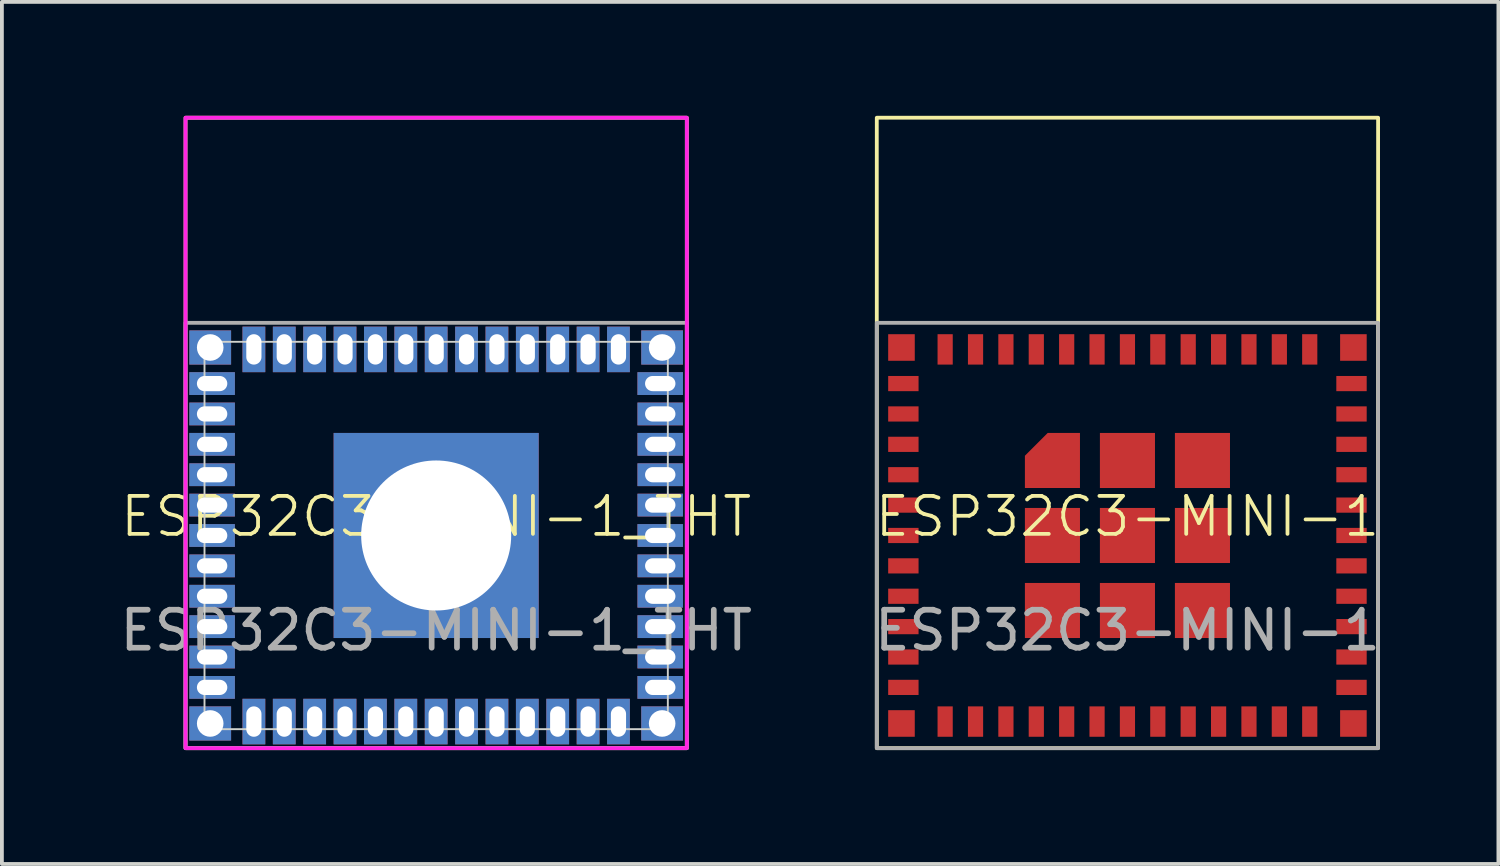
<source format=kicad_pcb>
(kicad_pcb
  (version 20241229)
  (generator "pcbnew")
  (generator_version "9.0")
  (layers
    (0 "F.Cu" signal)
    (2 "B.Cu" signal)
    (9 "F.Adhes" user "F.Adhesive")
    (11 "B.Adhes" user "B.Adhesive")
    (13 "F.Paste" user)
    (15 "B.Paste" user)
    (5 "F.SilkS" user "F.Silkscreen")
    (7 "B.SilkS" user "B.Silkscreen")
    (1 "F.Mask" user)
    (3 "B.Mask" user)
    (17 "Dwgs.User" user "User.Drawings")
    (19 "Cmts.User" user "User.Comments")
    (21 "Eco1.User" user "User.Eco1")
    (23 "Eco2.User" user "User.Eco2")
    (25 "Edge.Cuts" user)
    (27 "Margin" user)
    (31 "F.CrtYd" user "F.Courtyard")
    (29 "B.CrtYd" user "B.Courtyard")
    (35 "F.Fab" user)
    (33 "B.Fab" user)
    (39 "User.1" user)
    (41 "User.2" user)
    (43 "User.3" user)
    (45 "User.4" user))
  (footprint "ESP32C3-MINI-1_THT"
    (layer "F.Cu")
    (at 8.435 11.05)
    (property "Reference" "ESP32C3-MINI-1_THT" (at 0 -0.5 0) (unlocked yes) (layer "F.SilkS") (effects (font (size 1 1) (thickness 0.1))))
    (attr through_hole)
    (fp_rect (start -6.6 -11) (end 6.6 5.6) (stroke (width 0.1) (type default)) (fill no) (layer "F.SilkS"))
    (fp_line (start -6.1 -5.1) (end -6.1 5.1) (stroke (width 0.05) (type default)) (layer "Edge.Cuts"))
    (fp_line (start -6.1 5.1) (end 6.1 5.1) (stroke (width 0.05) (type default)) (layer "Edge.Cuts"))
    (fp_line (start 6.1 -5.1) (end -6.1 -5.1) (stroke (width 0.05) (type default)) (layer "Edge.Cuts"))
    (fp_line (start 6.1 5.1) (end 6.1 -5.1) (stroke (width 0.05) (type default)) (layer "Edge.Cuts"))
    (fp_rect (start -6.6 -11) (end 6.6 5.6) (stroke (width 0.1) (type default)) (fill no) (layer "F.CrtYd"))
    (fp_rect (start -6.6 -5.6) (end 6.6 5.6) (stroke (width 0.1) (type default)) (fill no) (layer "F.Fab"))
    (fp_text user "${REFERENCE}" (at 0 2.5 0) (unlocked yes) (layer "F.Fab") (effects (font (size 1 1) (thickness 0.15))))
    (pad "" thru_hole rect (at -5.9 -1.6 90) (size 0.6 1.2) (drill oval 0.4 0.8) (layers "*.Cu" "*.Mask"))
    (pad "" thru_hole rect (at -5.9 0.8 90) (size 0.6 1.2) (drill oval 0.4 0.8) (layers "*.Cu" "*.Mask"))
    (pad "" thru_hole rect (at -5.9 2.4 90) (size 0.6 1.2) (drill oval 0.4 0.8) (layers "*.Cu" "*.Mask"))
    (pad "" thru_hole rect (at -5.9 3.2 90) (size 0.6 1.2) (drill oval 0.4 0.8) (layers "*.Cu" "*.Mask"))
    (pad "" thru_hole rect (at -2.4 4.9) (size 0.6 1.2) (drill oval 0.4 0.8) (layers "*.Cu" "*.Mask"))
    (pad "" thru_hole rect (at -0.8 4.9) (size 0.6 1.2) (drill oval 0.4 0.8) (layers "*.Cu" "*.Mask"))
    (pad "" thru_hole rect (at 4.8 4.9) (size 0.6 1.2) (drill oval 0.4 0.8) (layers "*.Cu" "*.Mask"))
    (pad "" thru_hole rect (at 5.9 -4 270) (size 0.6 1.2) (drill oval 0.4 0.8) (layers "*.Cu" "*.Mask"))
    (pad "" thru_hole rect (at 5.9 -3.2 270) (size 0.6 1.2) (drill oval 0.4 0.8) (layers "*.Cu" "*.Mask"))
    (pad "" thru_hole rect (at 5.9 -2.4 270) (size 0.6 1.2) (drill oval 0.4 0.8) (layers "*.Cu" "*.Mask"))
    (pad "" thru_hole rect (at 5.9 -1.6 270) (size 0.6 1.2) (drill oval 0.4 0.8) (layers "*.Cu" "*.Mask"))
    (pad "" thru_hole rect (at 5.9 0.8 270) (size 0.6 1.2) (drill oval 0.4 0.8) (layers "*.Cu" "*.Mask"))
    (pad "" thru_hole rect (at 5.9 1.6 270) (size 0.6 1.2) (drill oval 0.4 0.8) (layers "*.Cu" "*.Mask"))
    (pad "" thru_hole rect (at 5.9 4 270) (size 0.6 1.2) (drill oval 0.4 0.8) (layers "*.Cu" "*.Mask"))
    (pad "0" thru_hole rect (at -4.8 4.9) (size 0.6 1.2) (drill oval 0.4 0.8) (layers "*.Cu" "*.Mask"))
    (pad "1" thru_hole rect (at -4 4.9) (size 0.6 1.2) (drill oval 0.4 0.8) (layers "*.Cu" "*.Mask"))
    (pad "2" thru_hole rect (at -5.9 -0.8 90) (size 0.6 1.2) (drill oval 0.4 0.8) (layers "*.Cu" "*.Mask"))
    (pad "3" thru_hole rect (at -5.9 0 90) (size 0.6 1.2) (drill oval 0.4 0.8) (layers "*.Cu" "*.Mask"))
    (pad "4" thru_hole rect (at 0 4.9) (size 0.6 1.2) (drill oval 0.4 0.8) (layers "*.Cu" "*.Mask"))
    (pad "5" thru_hole rect (at 0.8 4.9) (size 0.6 1.2) (drill oval 0.4 0.8) (layers "*.Cu" "*.Mask"))
    (pad "6" thru_hole rect (at 1.6 4.9) (size 0.6 1.2) (drill oval 0.4 0.8) (layers "*.Cu" "*.Mask"))
    (pad "7" thru_hole rect (at 2.4 4.9) (size 0.6 1.2) (drill oval 0.4 0.8) (layers "*.Cu" "*.Mask"))
    (pad "8" thru_hole rect (at 3.2 4.9) (size 0.6 1.2) (drill oval 0.4 0.8) (layers "*.Cu" "*.Mask"))
    (pad "9" thru_hole rect (at 4 4.9) (size 0.6 1.2) (drill oval 0.4 0.8) (layers "*.Cu" "*.Mask"))
    (pad "10" thru_hole rect (at -1.6 4.9) (size 0.6 1.2) (drill oval 0.4 0.8) (layers "*.Cu" "*.Mask"))
    (pad "18" thru_hole rect (at 5.9 3.2 270) (size 0.6 1.2) (drill oval 0.4 0.8) (layers "*.Cu" "*.Mask"))
    (pad "19" thru_hole rect (at 5.9 2.4 270) (size 0.6 1.2) (drill oval 0.4 0.8) (layers "*.Cu" "*.Mask"))
    (pad "20" thru_hole rect (at 5.9 0 270) (size 0.6 1.2) (drill oval 0.4 0.8) (layers "*.Cu" "*.Mask"))
    (pad "21" thru_hole rect (at 5.9 -0.8 270) (size 0.6 1.2) (drill oval 0.4 0.8) (layers "*.Cu" "*.Mask"))
    (pad "EN" thru_hole rect (at -5.9 1.6 90) (size 0.6 1.2) (drill oval 0.4 0.8) (layers "*.Cu" "*.Mask"))
    (pad "G" thru_hole rect (at -5.95 -4.95 180) (size 1.1 0.9) (drill 0.7) (layers "*.Cu" "*.Mask"))
    (pad "G" thru_hole rect (at -5.95 4.95) (size 1.1 0.9) (drill 0.7) (layers "*.Cu" "*.Mask"))
    (pad "G" thru_hole rect (at -5.9 -4 90) (size 0.6 1.2) (drill oval 0.4 0.8) (layers "*.Cu" "*.Mask"))
    (pad "G" thru_hole rect (at -5.9 -3.2 90) (size 0.6 1.2) (drill oval 0.4 0.8) (layers "*.Cu" "*.Mask"))
    (pad "G" thru_hole rect (at -5.9 4 90) (size 0.6 1.2) (drill oval 0.4 0.8) (layers "*.Cu" "*.Mask"))
    (pad "G" thru_hole rect (at -4.8 -4.9 180) (size 0.6 1.2) (drill oval 0.4 0.8) (layers "*.Cu" "*.Mask"))
    (pad "G" thru_hole rect (at -4 -4.9 180) (size 0.6 1.2) (drill oval 0.4 0.8) (layers "*.Cu" "*.Mask"))
    (pad "G" thru_hole rect (at -3.2 -4.9 180) (size 0.6 1.2) (drill oval 0.4 0.8) (layers "*.Cu" "*.Mask"))
    (pad "G" thru_hole rect (at -3.2 4.9) (size 0.6 1.2) (drill oval 0.4 0.8) (layers "*.Cu" "*.Mask"))
    (pad "G" thru_hole rect (at -2.4 -4.9 180) (size 0.6 1.2) (drill oval 0.4 0.8) (layers "*.Cu" "*.Mask"))
    (pad "G" thru_hole rect (at -1.6 -4.9 180) (size 0.6 1.2) (drill oval 0.4 0.8) (layers "*.Cu" "*.Mask"))
    (pad "G" thru_hole rect (at -0.8 -4.9 180) (size 0.6 1.2) (drill oval 0.4 0.8) (layers "*.Cu" "*.Mask"))
    (pad "G" thru_hole rect (at 0 -4.9 180) (size 0.6 1.2) (drill oval 0.4 0.8) (layers "*.Cu" "*.Mask"))
    (pad "G" thru_hole rect (at 0 0) (size 5.4 5.4) (drill 3.95) (layers "*.Cu" "*.Mask"))
    (pad "G" thru_hole rect (at 0.8 -4.9 180) (size 0.6 1.2) (drill oval 0.4 0.8) (layers "*.Cu" "*.Mask"))
    (pad "G" thru_hole rect (at 1.6 -4.9 180) (size 0.6 1.2) (drill oval 0.4 0.8) (layers "*.Cu" "*.Mask"))
    (pad "G" thru_hole rect (at 2.4 -4.9 180) (size 0.6 1.2) (drill oval 0.4 0.8) (layers "*.Cu" "*.Mask"))
    (pad "G" thru_hole rect (at 3.2 -4.9 180) (size 0.6 1.2) (drill oval 0.4 0.8) (layers "*.Cu" "*.Mask"))
    (pad "G" thru_hole rect (at 4 -4.9 180) (size 0.6 1.2) (drill oval 0.4 0.8) (layers "*.Cu" "*.Mask"))
    (pad "G" thru_hole rect (at 4.8 -4.9 180) (size 0.6 1.2) (drill oval 0.4 0.8) (layers "*.Cu" "*.Mask"))
    (pad "G" thru_hole rect (at 5.95 -4.95 180) (size 1.1 0.9) (drill 0.7) (layers "*.Cu" "*.Mask"))
    (pad "G" thru_hole rect (at 5.95 4.95) (size 1.1 0.9) (drill 0.7) (layers "*.Cu" "*.Mask"))
    (pad "V" thru_hole rect (at -5.9 -2.4 90) (size 0.6 1.2) (drill oval 0.4 0.8) (layers "*.Cu" "*.Mask")))
  (footprint "ESP32C3-MINI-1"
    (layer "F.Cu")
    (at 26.637 11.05)
    (property "Reference" "ESP32C3-MINI-1" (at 0 -0.5 0) (unlocked yes) (layer "F.SilkS") (effects (font (size 1 1) (thickness 0.1))))
    (attr smd)
    (fp_rect (start -6.6 -11) (end 6.6 5.6) (stroke (width 0.1) (type default)) (fill no) (layer "F.SilkS"))
    (fp_rect (start -6.6 -5.6) (end 6.6 5.6) (stroke (width 0.1) (type default)) (fill no) (layer "F.Fab"))
    (fp_text user "${REFERENCE}" (at 0 2.5 0) (unlocked yes) (layer "F.Fab") (effects (font (size 1 1) (thickness 0.15))))
    (pad "" smd rect (at -5.9 -1.6 90) (size 0.4 0.8) (layers "F.Cu" "F.Mask" "F.Paste"))
    (pad "" smd rect (at -5.9 0.8 90) (size 0.4 0.8) (layers "F.Cu" "F.Mask" "F.Paste"))
    (pad "" smd rect (at -5.9 2.4 90) (size 0.4 0.8) (layers "F.Cu" "F.Mask" "F.Paste"))
    (pad "" smd rect (at -5.9 3.2 90) (size 0.4 0.8) (layers "F.Cu" "F.Mask" "F.Paste"))
    (pad "" smd rect (at -2.4 4.9) (size 0.4 0.8) (layers "F.Cu" "F.Mask" "F.Paste"))
    (pad "" smd rect (at -0.8 4.9) (size 0.4 0.8) (layers "F.Cu" "F.Mask" "F.Paste"))
    (pad "" smd rect (at 4.8 4.9) (size 0.4 0.8) (layers "F.Cu" "F.Mask" "F.Paste"))
    (pad "" smd rect (at 5.9 -4 270) (size 0.4 0.8) (layers "F.Cu" "F.Mask" "F.Paste"))
    (pad "" smd rect (at 5.9 -3.2 270) (size 0.4 0.8) (layers "F.Cu" "F.Mask" "F.Paste"))
    (pad "" smd rect (at 5.9 -2.4 270) (size 0.4 0.8) (layers "F.Cu" "F.Mask" "F.Paste"))
    (pad "" smd rect (at 5.9 -1.6 270) (size 0.4 0.8) (layers "F.Cu" "F.Mask" "F.Paste"))
    (pad "" smd rect (at 5.9 0.8 270) (size 0.4 0.8) (layers "F.Cu" "F.Mask" "F.Paste"))
    (pad "" smd rect (at 5.9 1.6 270) (size 0.4 0.8) (layers "F.Cu" "F.Mask" "F.Paste"))
    (pad "" smd rect (at 5.9 4 270) (size 0.4 0.8) (layers "F.Cu" "F.Mask" "F.Paste"))
    (pad "0" smd rect (at -4.8 4.9) (size 0.4 0.8) (layers "F.Cu" "F.Mask" "F.Paste"))
    (pad "1" smd rect (at -4 4.9) (size 0.4 0.8) (layers "F.Cu" "F.Mask" "F.Paste"))
    (pad "2" smd rect (at -5.9 -0.8 90) (size 0.4 0.8) (layers "F.Cu" "F.Mask" "F.Paste"))
    (pad "3" smd rect (at -5.9 0 90) (size 0.4 0.8) (layers "F.Cu" "F.Mask" "F.Paste"))
    (pad "4" smd rect (at 0 4.9) (size 0.4 0.8) (layers "F.Cu" "F.Mask" "F.Paste"))
    (pad "5" smd rect (at 0.8 4.9) (size 0.4 0.8) (layers "F.Cu" "F.Mask" "F.Paste"))
    (pad "6" smd rect (at 1.6 4.9) (size 0.4 0.8) (layers "F.Cu" "F.Mask" "F.Paste"))
    (pad "7" smd rect (at 2.4 4.9) (size 0.4 0.8) (layers "F.Cu" "F.Mask" "F.Paste"))
    (pad "8" smd rect (at 3.2 4.9) (size 0.4 0.8) (layers "F.Cu" "F.Mask" "F.Paste"))
    (pad "9" smd rect (at 4 4.9) (size 0.4 0.8) (layers "F.Cu" "F.Mask" "F.Paste"))
    (pad "10" smd rect (at -1.6 4.9) (size 0.4 0.8) (layers "F.Cu" "F.Mask" "F.Paste"))
    (pad "18" smd rect (at 5.9 3.2 270) (size 0.4 0.8) (layers "F.Cu" "F.Mask" "F.Paste"))
    (pad "19" smd rect (at 5.9 2.4 270) (size 0.4 0.8) (layers "F.Cu" "F.Mask" "F.Paste"))
    (pad "20" smd rect (at 5.9 0 270) (size 0.4 0.8) (layers "F.Cu" "F.Mask" "F.Paste"))
    (pad "21" smd rect (at 5.9 -0.8 270) (size 0.4 0.8) (layers "F.Cu" "F.Mask" "F.Paste"))
    (pad "EN" smd rect (at -5.9 1.6 90) (size 0.4 0.8) (layers "F.Cu" "F.Mask" "F.Paste"))
    (pad "G" smd rect (at -5.95 -4.95 180) (size 0.7 0.7) (layers "F.Cu" "F.Mask" "F.Paste"))
    (pad "G" smd rect (at -5.95 4.95) (size 0.7 0.7) (layers "F.Cu" "F.Mask" "F.Paste"))
    (pad "G" smd rect (at -5.9 -4 90) (size 0.4 0.8) (layers "F.Cu" "F.Mask" "F.Paste"))
    (pad "G" smd rect (at -5.9 -3.2 90) (size 0.4 0.8) (layers "F.Cu" "F.Mask" "F.Paste"))
    (pad "G" smd rect (at -5.9 4 90) (size 0.4 0.8) (layers "F.Cu" "F.Mask" "F.Paste"))
    (pad "G" smd rect (at -4.8 -4.9 180) (size 0.4 0.8) (layers "F.Cu" "F.Mask" "F.Paste"))
    (pad "G" smd rect (at -4 -4.9 180) (size 0.4 0.8) (layers "F.Cu" "F.Mask" "F.Paste"))
    (pad "G" smd rect (at -3.2 -4.9 180) (size 0.4 0.8) (layers "F.Cu" "F.Mask" "F.Paste"))
    (pad "G" smd rect (at -3.2 4.9) (size 0.4 0.8) (layers "F.Cu" "F.Mask" "F.Paste"))
    (pad "G" smd rect (at -2.4 -4.9 180) (size 0.4 0.8) (layers "F.Cu" "F.Mask" "F.Paste"))
    (pad "G" smd roundrect (at -1.975 -1.975) (size 1.45 1.45) (layers "F.Cu" "F.Mask" "F.Paste") (roundrect_rratio 0) (chamfer_ratio 0.414) (chamfer top_left))
    (pad "G" smd rect (at -1.975 0) (size 1.45 1.45) (layers "F.Cu" "F.Mask" "F.Paste"))
    (pad "G" smd rect (at -1.975 1.975) (size 1.45 1.45) (layers "F.Cu" "F.Mask" "F.Paste"))
    (pad "G" smd rect (at -1.6 -4.9 180) (size 0.4 0.8) (layers "F.Cu" "F.Mask" "F.Paste"))
    (pad "G" smd rect (at -0.8 -4.9 180) (size 0.4 0.8) (layers "F.Cu" "F.Mask" "F.Paste"))
    (pad "G" smd rect (at 0 -4.9 180) (size 0.4 0.8) (layers "F.Cu" "F.Mask" "F.Paste"))
    (pad "G" smd rect (at 0 -1.975) (size 1.45 1.45) (layers "F.Cu" "F.Mask" "F.Paste"))
    (pad "G" smd rect (at 0 0) (size 1.45 1.45) (layers "F.Cu" "F.Mask" "F.Paste"))
    (pad "G" smd rect (at 0 1.975) (size 1.45 1.45) (layers "F.Cu" "F.Mask" "F.Paste"))
    (pad "G" smd rect (at 0.8 -4.9 180) (size 0.4 0.8) (layers "F.Cu" "F.Mask" "F.Paste"))
    (pad "G" smd rect (at 1.6 -4.9 180) (size 0.4 0.8) (layers "F.Cu" "F.Mask" "F.Paste"))
    (pad "G" smd rect (at 1.975 -1.975) (size 1.45 1.45) (layers "F.Cu" "F.Mask" "F.Paste"))
    (pad "G" smd rect (at 1.975 0) (size 1.45 1.45) (layers "F.Cu" "F.Mask" "F.Paste"))
    (pad "G" smd rect (at 1.975 1.975) (size 1.45 1.45) (layers "F.Cu" "F.Mask" "F.Paste"))
    (pad "G" smd rect (at 2.4 -4.9 180) (size 0.4 0.8) (layers "F.Cu" "F.Mask" "F.Paste"))
    (pad "G" smd rect (at 3.2 -4.9 180) (size 0.4 0.8) (layers "F.Cu" "F.Mask" "F.Paste"))
    (pad "G" smd rect (at 4 -4.9 180) (size 0.4 0.8) (layers "F.Cu" "F.Mask" "F.Paste"))
    (pad "G" smd rect (at 4.8 -4.9 180) (size 0.4 0.8) (layers "F.Cu" "F.Mask" "F.Paste"))
    (pad "G" smd rect (at 5.95 -4.95 180) (size 0.7 0.7) (layers "F.Cu" "F.Mask" "F.Paste"))
    (pad "G" smd rect (at 5.95 4.95) (size 0.7 0.7) (layers "F.Cu" "F.Mask" "F.Paste"))
    (pad "V" smd rect (at -5.9 -2.4 90) (size 0.4 0.8) (layers "F.Cu" "F.Mask" "F.Paste")))
  (gr_rect
    (start -3 -3)
    (end 36.405 19.7)
    (stroke (width 0.1) (type default))
    (fill no)
    (layer "Edge.Cuts")))
</source>
